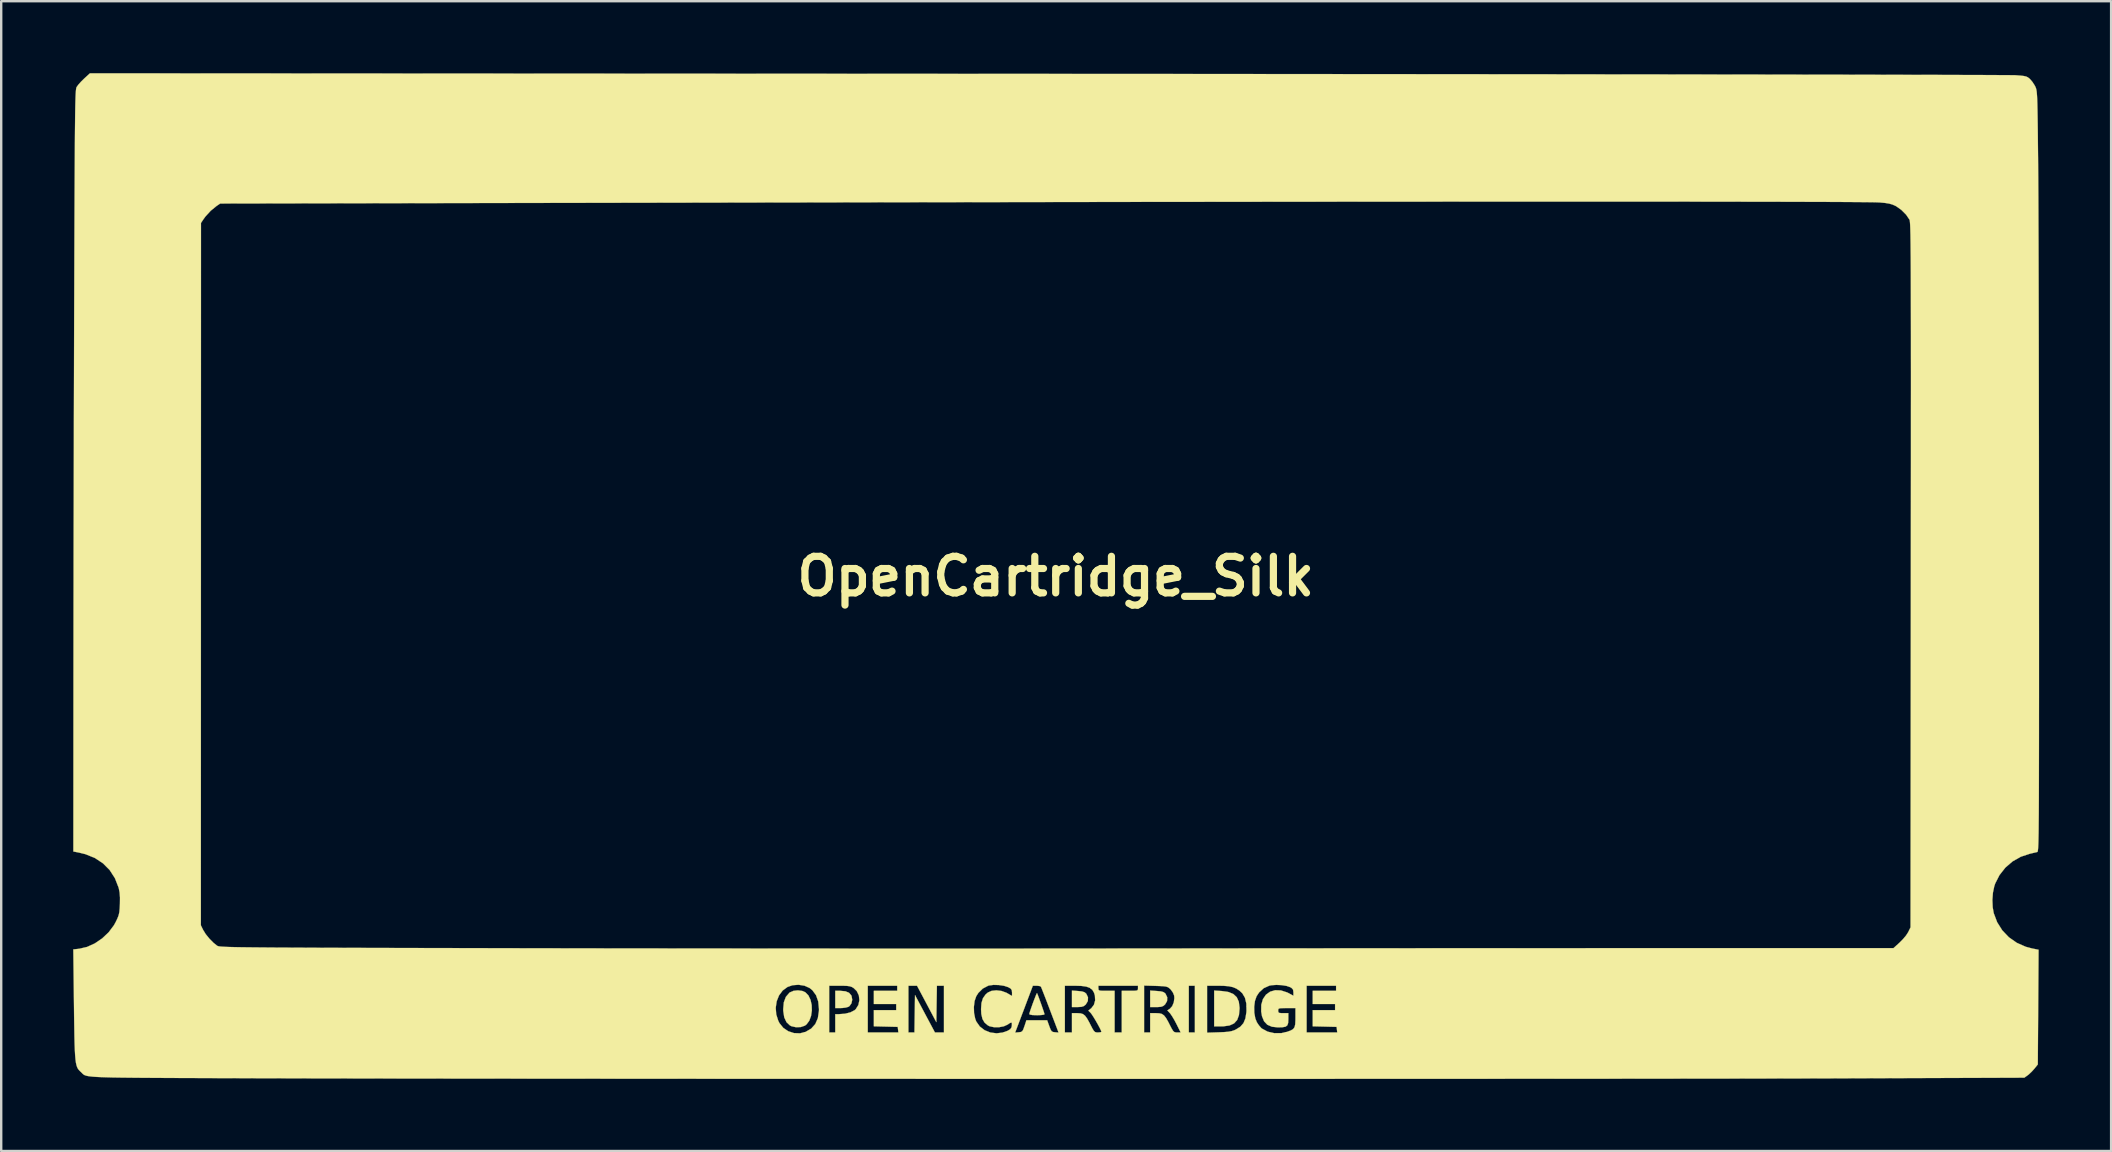
<source format=kicad_pcb>
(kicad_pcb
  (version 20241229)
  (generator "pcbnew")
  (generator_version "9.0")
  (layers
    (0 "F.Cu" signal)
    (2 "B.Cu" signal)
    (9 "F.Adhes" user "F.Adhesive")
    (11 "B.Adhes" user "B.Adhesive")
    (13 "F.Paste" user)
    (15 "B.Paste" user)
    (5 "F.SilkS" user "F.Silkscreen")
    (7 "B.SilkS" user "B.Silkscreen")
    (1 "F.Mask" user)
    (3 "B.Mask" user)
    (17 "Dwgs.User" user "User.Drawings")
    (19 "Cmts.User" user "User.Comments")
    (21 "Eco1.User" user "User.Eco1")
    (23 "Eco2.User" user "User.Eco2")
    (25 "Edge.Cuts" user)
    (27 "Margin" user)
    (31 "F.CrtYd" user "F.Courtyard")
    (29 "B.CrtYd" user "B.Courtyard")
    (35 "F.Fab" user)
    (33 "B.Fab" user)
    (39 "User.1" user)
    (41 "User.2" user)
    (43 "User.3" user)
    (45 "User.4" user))
  (footprint "OpenCartridge_Silk"
    (layer "F.Cu")
    (at 40.943 20.967)
    (property "Reference" "OpenCartridge_Silk" (at 0 0 0) (layer "F.SilkS") (effects (font (size 1.524 1.524) (thickness 0.3))))
    (attr through_hole)
    (fp_poly (pts (xy -8.762 17.292) (xy -8.613 17.353) (xy -8.519 17.462) (xy -8.506 17.491) (xy -8.479 17.644) (xy -8.511 17.793) (xy -8.593 17.908) (xy -8.637 17.938) (xy -8.741 17.969) (xy -8.886 17.988) (xy -8.964 17.991) (xy -9.186 17.992) (xy -9.186 17.272) (xy -8.977 17.272) (xy -8.762 17.292)) (stroke (width 0.01) (type solid)) (fill yes) (layer "F.SilkS"))
    (fp_poly (pts (xy 0.938 17.281) (xy 1.099 17.299) (xy 1.201 17.332) (xy 1.27 17.388) (xy 1.276 17.396) (xy 1.346 17.543) (xy 1.339 17.698) (xy 1.257 17.839) (xy 1.251 17.845) (xy 1.17 17.909) (xy 1.073 17.94) (xy 0.926 17.949) (xy 0.912 17.949) (xy 0.677 17.949) (xy 0.677 17.262) (xy 0.938 17.281)) (stroke (width 0.01) (type solid)) (fill yes) (layer "F.SilkS"))
    (fp_poly (pts (xy 4.218 17.28) (xy 4.382 17.296) (xy 4.486 17.323) (xy 4.554 17.369) (xy 4.578 17.395) (xy 4.648 17.542) (xy 4.641 17.698) (xy 4.559 17.839) (xy 4.553 17.845) (xy 4.478 17.906) (xy 4.389 17.938) (xy 4.256 17.949) (xy 4.193 17.949) (xy 3.937 17.949) (xy 3.937 17.262) (xy 4.218 17.28)) (stroke (width 0.01) (type solid)) (fill yes) (layer "F.SilkS"))
    (fp_poly (pts (xy 6.917 17.281) (xy 7.195 17.321) (xy 7.403 17.406) (xy 7.546 17.54) (xy 7.631 17.728) (xy 7.661 17.976) (xy 7.661 18.013) (xy 7.637 18.282) (xy 7.563 18.486) (xy 7.434 18.629) (xy 7.244 18.716) (xy 6.989 18.752) (xy 6.905 18.754) (xy 6.604 18.754) (xy 6.604 17.261) (xy 6.917 17.281)) (stroke (width 0.01) (type solid)) (fill yes) (layer "F.SilkS"))
    (fp_poly (pts (xy -0.759 17.412) (xy -0.718 17.517) (xy -0.666 17.661) (xy -0.607 17.823) (xy -0.551 17.984) (xy -0.504 18.123) (xy -0.473 18.219) (xy -0.466 18.251) (xy -0.505 18.269) (xy -0.607 18.282) (xy -0.753 18.288) (xy -0.783 18.288) (xy -0.971 18.282) (xy -1.076 18.262) (xy -1.101 18.239) (xy -1.087 18.183) (xy -1.052 18.074) (xy -1.002 17.93) (xy -0.945 17.771) (xy -0.886 17.616) (xy -0.835 17.484) (xy -0.797 17.395) (xy -0.779 17.368) (xy -0.759 17.412)) (stroke (width 0.01) (type solid)) (fill yes) (layer "F.SilkS"))
    (fp_poly (pts (xy -10.561 17.277) (xy -10.436 17.331) (xy -10.306 17.463) (xy -10.217 17.648) (xy -10.169 17.865) (xy -10.162 18.096) (xy -10.195 18.321) (xy -10.269 18.519) (xy -10.384 18.672) (xy -10.451 18.723) (xy -10.622 18.782) (xy -10.821 18.79) (xy -11.008 18.748) (xy -11.074 18.716) (xy -11.219 18.579) (xy -11.313 18.377) (xy -11.353 18.11) (xy -11.355 18.035) (xy -11.329 17.749) (xy -11.244 17.523) (xy -11.1 17.355) (xy -11.078 17.338) (xy -10.929 17.274) (xy -10.745 17.253) (xy -10.561 17.277)) (stroke (width 0.01) (type solid)) (fill yes) (layer "F.SilkS"))
    (fp_poly (pts (xy -0.363 -20.938) (xy 1.475 -20.937) (xy 3.294 -20.936) (xy 5.091 -20.935) (xy 6.865 -20.934) (xy 8.613 -20.932) (xy 10.334 -20.931) (xy 12.026 -20.929) (xy 13.686 -20.928) (xy 15.314 -20.926) (xy 16.908 -20.925) (xy 18.464 -20.923) (xy 19.983 -20.922) (xy 21.46 -20.92) (xy 22.896 -20.918) (xy 24.287 -20.917) (xy 25.633 -20.915) (xy 26.93 -20.913) (xy 28.178 -20.912) (xy 29.374 -20.91) (xy 30.517 -20.908) (xy 31.604 -20.906) (xy 32.635 -20.905) (xy 33.606 -20.903) (xy 34.515 -20.901) (xy 35.363 -20.899) (xy 36.145 -20.898) (xy 36.861 -20.896) (xy 37.508 -20.894) (xy 38.085 -20.892) (xy 38.589 -20.891) (xy 39.02 -20.889) (xy 39.374 -20.887) (xy 39.65 -20.886) (xy 39.847 -20.884) (xy 39.962 -20.883) (xy 39.992 -20.882) (xy 40.201 -20.866) (xy 40.344 -20.85) (xy 40.441 -20.828) (xy 40.511 -20.795) (xy 40.573 -20.747) (xy 40.601 -20.722) (xy 40.704 -20.601) (xy 40.799 -20.453) (xy 40.823 -20.405) (xy 40.84 -20.367) (xy 40.854 -20.327) (xy 40.866 -20.277) (xy 40.877 -20.212) (xy 40.886 -20.127) (xy 40.894 -20.014) (xy 40.901 -19.869) (xy 40.907 -19.685) (xy 40.912 -19.456) (xy 40.917 -19.177) (xy 40.922 -18.841) (xy 40.927 -18.444) (xy 40.931 -17.978) (xy 40.937 -17.437) (xy 40.941 -16.954) (xy 40.944 -16.636) (xy 40.946 -16.238) (xy 40.949 -15.764) (xy 40.951 -15.219) (xy 40.953 -14.607) (xy 40.956 -13.934) (xy 40.958 -13.203) (xy 40.96 -12.418) (xy 40.962 -11.586) (xy 40.964 -10.709) (xy 40.966 -9.793) (xy 40.967 -8.842) (xy 40.969 -7.861) (xy 40.97 -6.854) (xy 40.972 -5.826) (xy 40.973 -4.78) (xy 40.973 -3.723) (xy 40.974 -2.658) (xy 40.975 -1.589) (xy 40.975 -1.114) (xy 40.975 0.11) (xy 40.975 1.252) (xy 40.976 2.315) (xy 40.976 3.302) (xy 40.976 4.216) (xy 40.976 5.059) (xy 40.975 5.834) (xy 40.975 6.545) (xy 40.974 7.193) (xy 40.973 7.782) (xy 40.972 8.315) (xy 40.971 8.795) (xy 40.97 9.223) (xy 40.968 9.604) (xy 40.966 9.939) (xy 40.963 10.233) (xy 40.961 10.487) (xy 40.958 10.704) (xy 40.954 10.887) (xy 40.951 11.04) (xy 40.947 11.164) (xy 40.942 11.264) (xy 40.938 11.34) (xy 40.932 11.397) (xy 40.927 11.438) (xy 40.921 11.464) (xy 40.914 11.479) (xy 40.907 11.486) (xy 40.905 11.487) (xy 40.823 11.507) (xy 40.693 11.537) (xy 40.598 11.559) (xy 40.218 11.684) (xy 39.873 11.88) (xy 39.574 12.138) (xy 39.33 12.448) (xy 39.151 12.8) (xy 39.112 12.916) (xy 39.056 13.182) (xy 39.033 13.486) (xy 39.046 13.79) (xy 39.089 14.034) (xy 39.233 14.415) (xy 39.446 14.753) (xy 39.721 15.041) (xy 40.049 15.271) (xy 40.424 15.437) (xy 40.683 15.506) (xy 40.958 15.561) (xy 40.942 17.951) (xy 40.926 20.341) (xy 40.782 20.519) (xy 40.669 20.644) (xy 40.55 20.756) (xy 40.501 20.794) (xy 40.365 20.892) (xy 32.83 20.919) (xy 32.29 20.921) (xy 31.669 20.923) (xy 30.97 20.924) (xy 30.196 20.926) (xy 29.35 20.927) (xy 28.434 20.929) (xy 27.454 20.93) (xy 26.41 20.931) (xy 25.308 20.933) (xy 24.149 20.934) (xy 22.937 20.935) (xy 21.676 20.936) (xy 20.368 20.937) (xy 19.016 20.937) (xy 17.625 20.938) (xy 16.196 20.939) (xy 14.733 20.939) (xy 13.239 20.94) (xy 11.718 20.94) (xy 10.172 20.941) (xy 8.605 20.941) (xy 7.02 20.941) (xy 5.42 20.941) (xy 3.808 20.941) (xy 2.188 20.941) (xy 0.562 20.941) (xy -1.066 20.941) (xy -2.693 20.941) (xy -4.316 20.941) (xy -5.931 20.94) (xy -7.536 20.94) (xy -9.128 20.94) (xy -10.703 20.939) (xy -12.258 20.938) (xy -13.79 20.938) (xy -15.295 20.937) (xy -16.771 20.936) (xy -18.215 20.935) (xy -19.622 20.934) (xy -20.991 20.933) (xy -22.318 20.932) (xy -23.599 20.931) (xy -24.832 20.93) (xy -26.013 20.928) (xy -27.139 20.927) (xy -28.207 20.926) (xy -29.214 20.924) (xy -30.157 20.922) (xy -31.033 20.921) (xy -31.837 20.919) (xy -32.568 20.917) (xy -33.222 20.916) (xy -33.634 20.914) (xy -34.518 20.911) (xy -35.321 20.909) (xy -36.047 20.906) (xy -36.701 20.904) (xy -37.286 20.901) (xy -37.806 20.898) (xy -38.266 20.895) (xy -38.669 20.891) (xy -39.019 20.887) (xy -39.32 20.882) (xy -39.576 20.875) (xy -39.791 20.868) (xy -39.97 20.86) (xy -40.115 20.85) (xy -40.232 20.838) (xy -40.324 20.825) (xy -40.395 20.81) (xy -40.448 20.793) (xy -40.489 20.774) (xy -40.521 20.752) (xy -40.548 20.729) (xy -40.574 20.702) (xy -40.602 20.673) (xy -40.612 20.664) (xy -40.664 20.615) (xy -40.709 20.568) (xy -40.747 20.516) (xy -40.779 20.453) (xy -40.806 20.371) (xy -40.829 20.266) (xy -40.847 20.131) (xy -40.862 19.959) (xy -40.874 19.745) (xy -40.884 19.48) (xy -40.892 19.161) (xy -40.898 18.779) (xy -40.905 18.33) (xy -40.909 17.976) (xy -11.667 17.976) (xy -11.646 18.253) (xy -11.56 18.523) (xy -11.511 18.619) (xy -11.353 18.815) (xy -11.145 18.956) (xy -10.906 19.034) (xy -10.654 19.043) (xy -10.423 18.984) (xy -10.189 18.847) (xy -10.019 18.658) (xy -9.912 18.414) (xy -9.867 18.113) (xy -9.865 18.032) (xy -9.895 17.717) (xy -9.988 17.453) (xy -10.141 17.246) (xy -10.256 17.154) (xy -10.465 17.06) (xy -9.44 17.06) (xy -9.44 19.008) (xy -9.186 19.008) (xy -9.186 18.246) (xy -9.044 18.246) (xy -8.779 18.226) (xy -8.553 18.17) (xy -8.383 18.082) (xy -8.331 18.036) (xy -8.223 17.861) (xy -8.181 17.663) (xy -8.203 17.464) (xy -8.289 17.285) (xy -8.42 17.157) (xy -8.496 17.112) (xy -8.578 17.084) (xy -8.686 17.068) (xy -8.843 17.061) (xy -9.002 17.06) (xy -7.832 17.06) (xy -7.832 19.008) (xy -6.556 19.008) (xy -6.569 18.891) (xy -6.583 18.775) (xy -7.578 18.751) (xy -7.578 18.076) (xy -6.646 18.076) (xy -6.646 17.822) (xy -7.578 17.822) (xy -7.578 17.272) (xy -6.604 17.272) (xy -6.604 17.06) (xy -6.138 17.06) (xy -6.138 19.008) (xy -5.886 19.008) (xy -5.875 18.228) (xy -5.863 17.448) (xy -5.448 18.228) (xy -5.032 19.008) (xy -4.657 19.008) (xy -4.657 17.944) (xy -3.41 17.944) (xy -3.402 18.201) (xy -3.354 18.437) (xy -3.309 18.552) (xy -3.163 18.759) (xy -2.963 18.913) (xy -2.725 19.009) (xy -2.465 19.043) (xy -2.219 19.013) (xy -1.691 19.013) (xy -1.537 19) (xy -1.449 18.987) (xy -1.394 18.955) (xy -1.351 18.882) (xy -1.304 18.749) (xy -1.301 18.743) (xy -1.221 18.5) (xy -0.355 18.5) (xy -0.268 18.743) (xy -0.217 18.878) (xy -0.172 18.953) (xy -0.116 18.987) (xy -0.031 18.999) (xy 0.12 19.012) (xy -0.237 18.074) (xy -0.338 17.808) (xy -0.43 17.568) (xy -0.509 17.366) (xy -0.569 17.213) (xy -0.607 17.12) (xy -0.617 17.098) (xy -0.671 17.073) (xy -0.773 17.061) (xy -0.796 17.061) (xy -0.953 17.061) (xy -1.228 17.79) (xy -1.323 18.043) (xy -1.416 18.287) (xy -1.498 18.504) (xy -1.563 18.675) (xy -1.597 18.766) (xy -1.691 19.013) (xy -2.219 19.013) (xy -2.198 19.01) (xy -2.002 18.938) (xy -1.892 18.871) (xy -1.841 18.793) (xy -1.828 18.722) (xy -1.825 18.626) (xy -1.849 18.592) (xy -1.914 18.618) (xy -2.003 18.679) (xy -2.161 18.751) (xy -2.36 18.789) (xy -2.567 18.789) (xy -2.749 18.751) (xy -2.824 18.715) (xy -2.963 18.598) (xy -3.053 18.444) (xy -3.1 18.238) (xy -3.111 18.034) (xy -3.093 17.778) (xy -3.032 17.581) (xy -2.922 17.425) (xy -2.827 17.343) (xy -2.671 17.274) (xy -2.472 17.252) (xy -2.258 17.278) (xy -2.056 17.351) (xy -2.016 17.373) (xy -1.82 17.487) (xy -1.82 17.342) (xy -1.831 17.242) (xy -1.879 17.177) (xy -1.979 17.12) (xy -2.154 17.063) (xy -2.174 17.06) (xy 0.381 17.06) (xy 0.381 19.008) (xy 0.677 19.008) (xy 0.677 18.203) (xy 0.903 18.203) (xy 1.033 18.211) (xy 1.135 18.241) (xy 1.221 18.307) (xy 1.305 18.421) (xy 1.402 18.594) (xy 1.456 18.701) (xy 1.535 18.853) (xy 1.592 18.944) (xy 1.643 18.99) (xy 1.703 19.006) (xy 1.757 19.008) (xy 1.855 19.001) (xy 1.904 18.984) (xy 1.905 18.981) (xy 1.884 18.92) (xy 1.83 18.809) (xy 1.753 18.666) (xy 1.665 18.512) (xy 1.578 18.368) (xy 1.503 18.253) (xy 1.453 18.188) (xy 1.361 18.099) (xy 1.489 17.992) (xy 1.594 17.852) (xy 1.644 17.67) (xy 1.633 17.469) (xy 1.597 17.352) (xy 1.528 17.234) (xy 1.425 17.15) (xy 1.277 17.097) (xy 1.07 17.068) (xy 0.809 17.06) (xy 1.778 17.06) (xy 1.778 17.166) (xy 1.782 17.219) (xy 1.804 17.25) (xy 1.862 17.266) (xy 1.974 17.271) (xy 2.117 17.272) (xy 2.455 17.272) (xy 2.455 19.008) (xy 2.752 19.008) (xy 3.683 19.008) (xy 3.937 19.008) (xy 3.937 18.203) (xy 4.184 18.203) (xy 4.322 18.21) (xy 4.427 18.237) (xy 4.515 18.299) (xy 4.599 18.406) (xy 4.693 18.571) (xy 4.758 18.701) (xy 4.837 18.853) (xy 4.894 18.944) (xy 4.945 18.99) (xy 5.005 19.006) (xy 5.06 19.008) (xy 5.208 19.008) (xy 5.034 18.658) (xy 4.944 18.488) (xy 4.853 18.335) (xy 4.778 18.225) (xy 4.756 18.199) (xy 4.653 18.089) (xy 4.759 18.019) (xy 4.854 17.913) (xy 4.92 17.756) (xy 4.945 17.579) (xy 4.937 17.474) (xy 4.887 17.349) (xy 4.8 17.226) (xy 4.78 17.205) (xy 4.721 17.152) (xy 4.663 17.116) (xy 4.587 17.093) (xy 4.476 17.08) (xy 4.311 17.072) (xy 4.167 17.067) (xy 3.931 17.06) (xy 5.546 17.06) (xy 5.546 19.008) (xy 5.8 19.008) (xy 5.8 17.06) (xy 6.308 17.06) (xy 6.308 19.017) (xy 6.805 19.001) (xy 7.036 18.991) (xy 7.204 18.976) (xy 7.331 18.952) (xy 7.439 18.916) (xy 7.506 18.886) (xy 7.694 18.768) (xy 7.824 18.619) (xy 7.905 18.424) (xy 7.946 18.169) (xy 7.95 18.101) (xy 7.947 17.935) (xy 8.271 17.935) (xy 8.276 18.188) (xy 8.318 18.421) (xy 8.382 18.581) (xy 8.467 18.709) (xy 8.56 18.816) (xy 8.596 18.847) (xy 8.834 18.974) (xy 9.11 19.037) (xy 9.402 19.036) (xy 9.64 18.982) (xy 9.793 18.926) (xy 9.893 18.868) (xy 9.952 18.788) (xy 9.981 18.67) (xy 9.99 18.495) (xy 9.991 18.387) (xy 9.991 17.992) (xy 9.631 17.992) (xy 9.457 17.993) (xy 9.35 17.999) (xy 9.295 18.015) (xy 9.274 18.047) (xy 9.271 18.098) (xy 9.278 18.16) (xy 9.313 18.192) (xy 9.398 18.202) (xy 9.483 18.203) (xy 9.694 18.203) (xy 9.694 18.456) (xy 9.687 18.61) (xy 9.653 18.709) (xy 9.58 18.766) (xy 9.451 18.79) (xy 9.263 18.796) (xy 9.011 18.769) (xy 8.819 18.686) (xy 8.683 18.542) (xy 8.597 18.333) (xy 8.563 18.136) (xy 8.567 17.853) (xy 8.636 17.616) (xy 8.762 17.433) (xy 8.935 17.308) (xy 9.146 17.247) (xy 9.387 17.256) (xy 9.648 17.34) (xy 9.726 17.38) (xy 9.906 17.478) (xy 9.906 17.334) (xy 9.892 17.226) (xy 9.832 17.156) (xy 9.769 17.119) (xy 9.617 17.067) (xy 9.573 17.06) (xy 10.456 17.06) (xy 10.456 19.008) (xy 11.732 19.008) (xy 11.719 18.891) (xy 11.705 18.775) (xy 10.71 18.751) (xy 10.71 18.076) (xy 11.642 18.076) (xy 11.642 17.822) (xy 10.71 17.822) (xy 10.71 17.272) (xy 11.684 17.272) (xy 11.684 17.06) (xy 10.456 17.06) (xy 9.573 17.06) (xy 9.414 17.035) (xy 9.196 17.025) (xy 8.993 17.039) (xy 8.903 17.057) (xy 8.67 17.162) (xy 8.476 17.339) (xy 8.37 17.5) (xy 8.302 17.696) (xy 8.271 17.935) (xy 7.947 17.935) (xy 7.944 17.801) (xy 7.887 17.562) (xy 7.777 17.375) (xy 7.657 17.263) (xy 7.523 17.176) (xy 7.382 17.118) (xy 7.213 17.082) (xy 6.996 17.064) (xy 6.767 17.06) (xy 6.308 17.06) (xy 5.8 17.06) (xy 5.546 17.06) (xy 3.931 17.06) (xy 3.683 17.053) (xy 3.683 19.008) (xy 2.752 19.008) (xy 2.752 17.272) (xy 3.09 17.272) (xy 3.258 17.271) (xy 3.359 17.264) (xy 3.409 17.246) (xy 3.427 17.211) (xy 3.429 17.166) (xy 3.429 17.06) (xy 1.778 17.06) (xy 0.809 17.06) (xy 0.381 17.06) (xy -2.174 17.06) (xy -2.371 17.031) (xy -2.592 17.025) (xy -2.78 17.05) (xy -2.812 17.059) (xy -3.037 17.177) (xy -3.224 17.361) (xy -3.312 17.5) (xy -3.381 17.7) (xy -3.41 17.944) (xy -4.657 17.944) (xy -4.657 17.06) (xy -4.951 17.06) (xy -4.963 17.82) (xy -4.974 18.579) (xy -5.376 17.82) (xy -5.779 17.06) (xy -5.958 17.06) (xy -6.138 17.06) (xy -6.604 17.06) (xy -7.832 17.06) (xy -9.002 17.06) (xy -9.44 17.06) (xy -10.465 17.06) (xy -10.469 17.059) (xy -10.715 17.02) (xy -10.965 17.039) (xy -11.175 17.111) (xy -11.378 17.26) (xy -11.53 17.464) (xy -11.627 17.708) (xy -11.667 17.976) (xy -40.909 17.976) (xy -40.911 17.805) (xy -40.915 17.457) (xy -40.938 15.547) (xy -40.69 15.519) (xy -40.363 15.443) (xy -40.039 15.295) (xy -39.734 15.087) (xy -39.464 14.832) (xy -39.246 14.541) (xy -35.623 14.541) (xy -35.528 14.735) (xy -35.42 14.91) (xy -35.267 15.099) (xy -35.096 15.272) (xy -34.942 15.395) (xy -34.928 15.402) (xy -34.909 15.409) (xy -34.882 15.416) (xy -34.844 15.422) (xy -34.792 15.428) (xy -34.723 15.433) (xy -34.634 15.438) (xy -34.524 15.443) (xy -34.387 15.447) (xy -34.223 15.451) (xy -34.028 15.455) (xy -33.799 15.458) (xy -33.533 15.461) (xy -33.228 15.464) (xy -32.881 15.467) (xy -32.488 15.47) (xy -32.047 15.472) (xy -31.556 15.474) (xy -31.01 15.477) (xy -30.408 15.479) (xy -29.747 15.481) (xy -29.023 15.483) (xy -28.235 15.485) (xy -27.378 15.487) (xy -26.45 15.489) (xy -25.449 15.491) (xy -24.371 15.493) (xy -23.214 15.496) (xy -22.142 15.498) (xy -20.928 15.5) (xy -19.642 15.502) (xy -18.293 15.504) (xy -16.891 15.505) (xy -15.446 15.507) (xy -13.966 15.508) (xy -12.46 15.509) (xy -10.939 15.51) (xy -9.411 15.511) (xy -7.885 15.512) (xy -6.372 15.512) (xy -4.88 15.512) (xy -3.419 15.512) (xy -1.997 15.512) (xy -0.625 15.511) (xy 0.688 15.51) (xy 1.934 15.509) (xy 2.879 15.508) (xy 4.039 15.507) (xy 5.25 15.506) (xy 6.504 15.504) (xy 7.794 15.503) (xy 9.111 15.502) (xy 10.447 15.501) (xy 11.794 15.5) (xy 13.145 15.499) (xy 14.491 15.498) (xy 15.824 15.497) (xy 17.136 15.497) (xy 18.42 15.496) (xy 19.667 15.495) (xy 20.869 15.495) (xy 22.019 15.495) (xy 23.108 15.494) (xy 24.128 15.494) (xy 25.065 15.494) (xy 34.911 15.494) (xy 35.168 15.261) (xy 35.309 15.118) (xy 35.436 14.966) (xy 35.522 14.833) (xy 35.525 14.827) (xy 35.623 14.626) (xy 35.635 -0.053) (xy 35.636 -1.384) (xy 35.637 -2.633) (xy 35.638 -3.803) (xy 35.639 -4.896) (xy 35.639 -5.915) (xy 35.639 -6.862) (xy 35.64 -7.74) (xy 35.64 -8.552) (xy 35.639 -9.299) (xy 35.639 -9.986) (xy 35.638 -10.614) (xy 35.637 -11.186) (xy 35.636 -11.704) (xy 35.635 -12.172) (xy 35.634 -12.591) (xy 35.632 -12.965) (xy 35.63 -13.296) (xy 35.627 -13.586) (xy 35.625 -13.839) (xy 35.622 -14.056) (xy 35.619 -14.241) (xy 35.615 -14.396) (xy 35.611 -14.524) (xy 35.607 -14.627) (xy 35.602 -14.707) (xy 35.597 -14.768) (xy 35.592 -14.812) (xy 35.587 -14.842) (xy 35.58 -14.86) (xy 35.58 -14.862) (xy 35.437 -15.072) (xy 35.241 -15.269) (xy 35.025 -15.422) (xy 34.991 -15.44) (xy 34.868 -15.494) (xy 34.733 -15.532) (xy 34.562 -15.56) (xy 34.333 -15.581) (xy 34.311 -15.582) (xy 34.216 -15.586) (xy 34.038 -15.59) (xy 33.778 -15.593) (xy 33.437 -15.596) (xy 33.018 -15.599) (xy 32.522 -15.602) (xy 31.95 -15.604) (xy 31.303 -15.606) (xy 30.584 -15.608) (xy 29.793 -15.61) (xy 28.933 -15.611) (xy 28.003 -15.613) (xy 27.007 -15.614) (xy 25.946 -15.615) (xy 24.82 -15.616) (xy 23.632 -15.616) (xy 22.383 -15.616) (xy 21.074 -15.616) (xy 19.707 -15.616) (xy 18.284 -15.616) (xy 16.805 -15.615) (xy 15.273 -15.614) (xy 13.688 -15.613) (xy 12.053 -15.612) (xy 10.368 -15.611) (xy 8.636 -15.609) (xy 6.857 -15.607) (xy 5.033 -15.605) (xy 3.166 -15.603) (xy 1.258 -15.6) (xy -0.692 -15.597) (xy -2.68 -15.594) (xy -4.705 -15.591) (xy -6.767 -15.588) (xy -8.863 -15.584) (xy -10.992 -15.58) (xy -12.444 -15.578) (xy -34.816 -15.536) (xy -34.966 -15.435) (xy -35.212 -15.235) (xy -35.433 -14.994) (xy -35.51 -14.888) (xy -35.618 -14.726) (xy -35.623 14.541) (xy -39.246 14.541) (xy -39.246 14.541) (xy -39.17 14.403) (xy -39.096 14.247) (xy -39.048 14.121) (xy -39.02 13.994) (xy -39.005 13.838) (xy -38.996 13.651) (xy -38.993 13.387) (xy -39.008 13.179) (xy -39.043 13) (xy -39.051 12.97) (xy -39.204 12.579) (xy -39.422 12.241) (xy -39.701 11.96) (xy -40.038 11.738) (xy -40.429 11.579) (xy -40.693 11.514) (xy -40.936 11.466) (xy -40.932 4.114) (xy -40.931 3.254) (xy -40.93 2.32) (xy -40.929 1.321) (xy -40.927 0.269) (xy -40.926 -0.827) (xy -40.924 -1.957) (xy -40.921 -3.109) (xy -40.919 -4.274) (xy -40.916 -5.442) (xy -40.914 -6.602) (xy -40.911 -7.745) (xy -40.908 -8.859) (xy -40.905 -9.934) (xy -40.902 -10.961) (xy -40.899 -11.748) (xy -40.896 -12.75) (xy -40.893 -13.671) (xy -40.89 -14.514) (xy -40.887 -15.283) (xy -40.884 -15.981) (xy -40.881 -16.612) (xy -40.878 -17.179) (xy -40.875 -17.686) (xy -40.872 -18.135) (xy -40.869 -18.532) (xy -40.865 -18.878) (xy -40.862 -19.177) (xy -40.858 -19.434) (xy -40.854 -19.651) (xy -40.849 -19.832) (xy -40.844 -19.98) (xy -40.839 -20.099) (xy -40.833 -20.192) (xy -40.827 -20.264) (xy -40.82 -20.316) (xy -40.813 -20.353) (xy -40.805 -20.378) (xy -40.8 -20.388) (xy -40.733 -20.482) (xy -40.625 -20.605) (xy -40.497 -20.731) (xy -40.487 -20.741) (xy -40.245 -20.962) (xy -0.363 -20.938)) (stroke (width 0.01) (type solid)) (fill yes) (layer "F.SilkS")))
  (gr_rect
    (start -3 -3)
    (end 84.924 44.913)
    (stroke (width 0.1) (type default))
    (fill no)
    (layer "Edge.Cuts")))
</source>
